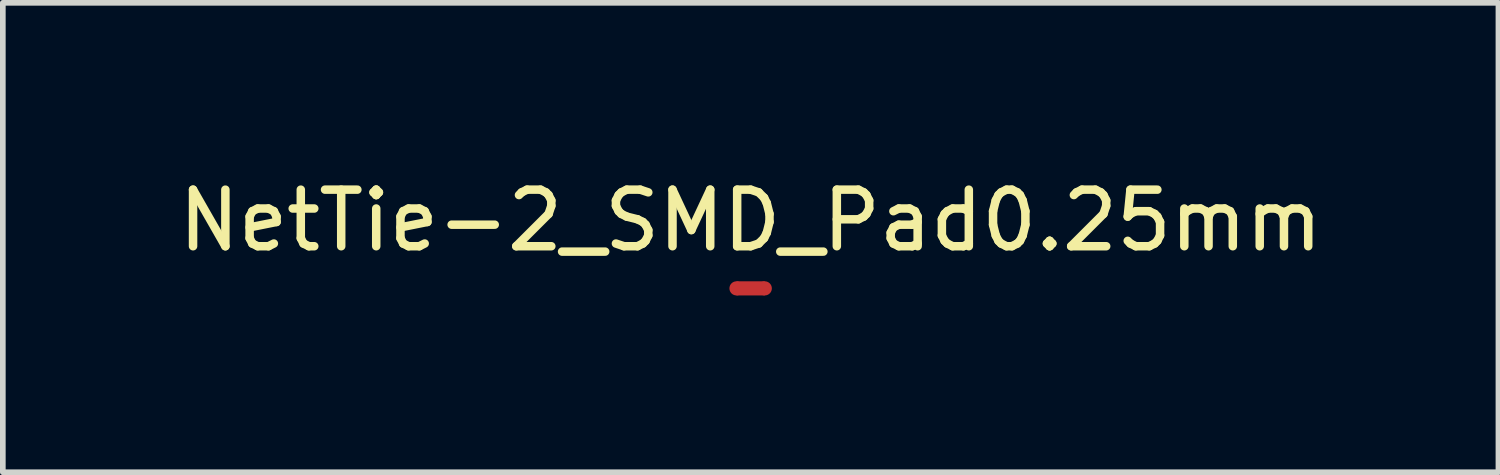
<source format=kicad_pcb>
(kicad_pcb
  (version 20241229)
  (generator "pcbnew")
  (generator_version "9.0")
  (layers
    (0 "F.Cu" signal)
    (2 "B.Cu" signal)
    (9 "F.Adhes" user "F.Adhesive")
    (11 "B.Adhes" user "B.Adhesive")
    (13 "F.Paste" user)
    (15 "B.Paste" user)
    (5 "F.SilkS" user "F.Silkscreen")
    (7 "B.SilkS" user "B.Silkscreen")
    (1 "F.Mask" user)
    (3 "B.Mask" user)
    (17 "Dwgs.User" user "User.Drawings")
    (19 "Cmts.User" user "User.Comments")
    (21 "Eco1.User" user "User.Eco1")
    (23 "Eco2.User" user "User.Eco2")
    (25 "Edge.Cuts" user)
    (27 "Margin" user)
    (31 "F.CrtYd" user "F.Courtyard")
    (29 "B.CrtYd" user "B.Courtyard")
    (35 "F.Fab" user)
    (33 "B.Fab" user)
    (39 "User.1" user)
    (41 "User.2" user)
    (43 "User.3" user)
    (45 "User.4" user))
  (footprint "NetTie-2_SMD_Pad0.25mm"
    (layer "F.Cu")
    (at 10.22 2.048)
    (property "Reference" "NetTie-2_SMD_Pad0.25mm" (at 0 -1.2 0) (layer "F.SilkS") (effects (font (size 1 1) (thickness 0.15))))
    (attr exclude_from_pos_files exclude_from_bom)
    (fp_poly (pts (xy -0.25 -0.125) (xy 0.25 -0.125) (xy 0.25 0.125) (xy -0.25 0.125)) (stroke (width 0) (type solid)) (fill yes) (layer "F.Cu"))
    (pad "1" smd circle (at -0.25 0) (size 0.25 0.25) (layers "F.Cu"))
    (pad "2" smd circle (at 0.25 0) (size 0.25 0.25) (layers "F.Cu")))
  (gr_rect
    (start -3 -3)
    (end 23.44 5.298)
    (stroke (width 0.1) (type default))
    (fill no)
    (layer "Edge.Cuts")))
</source>
